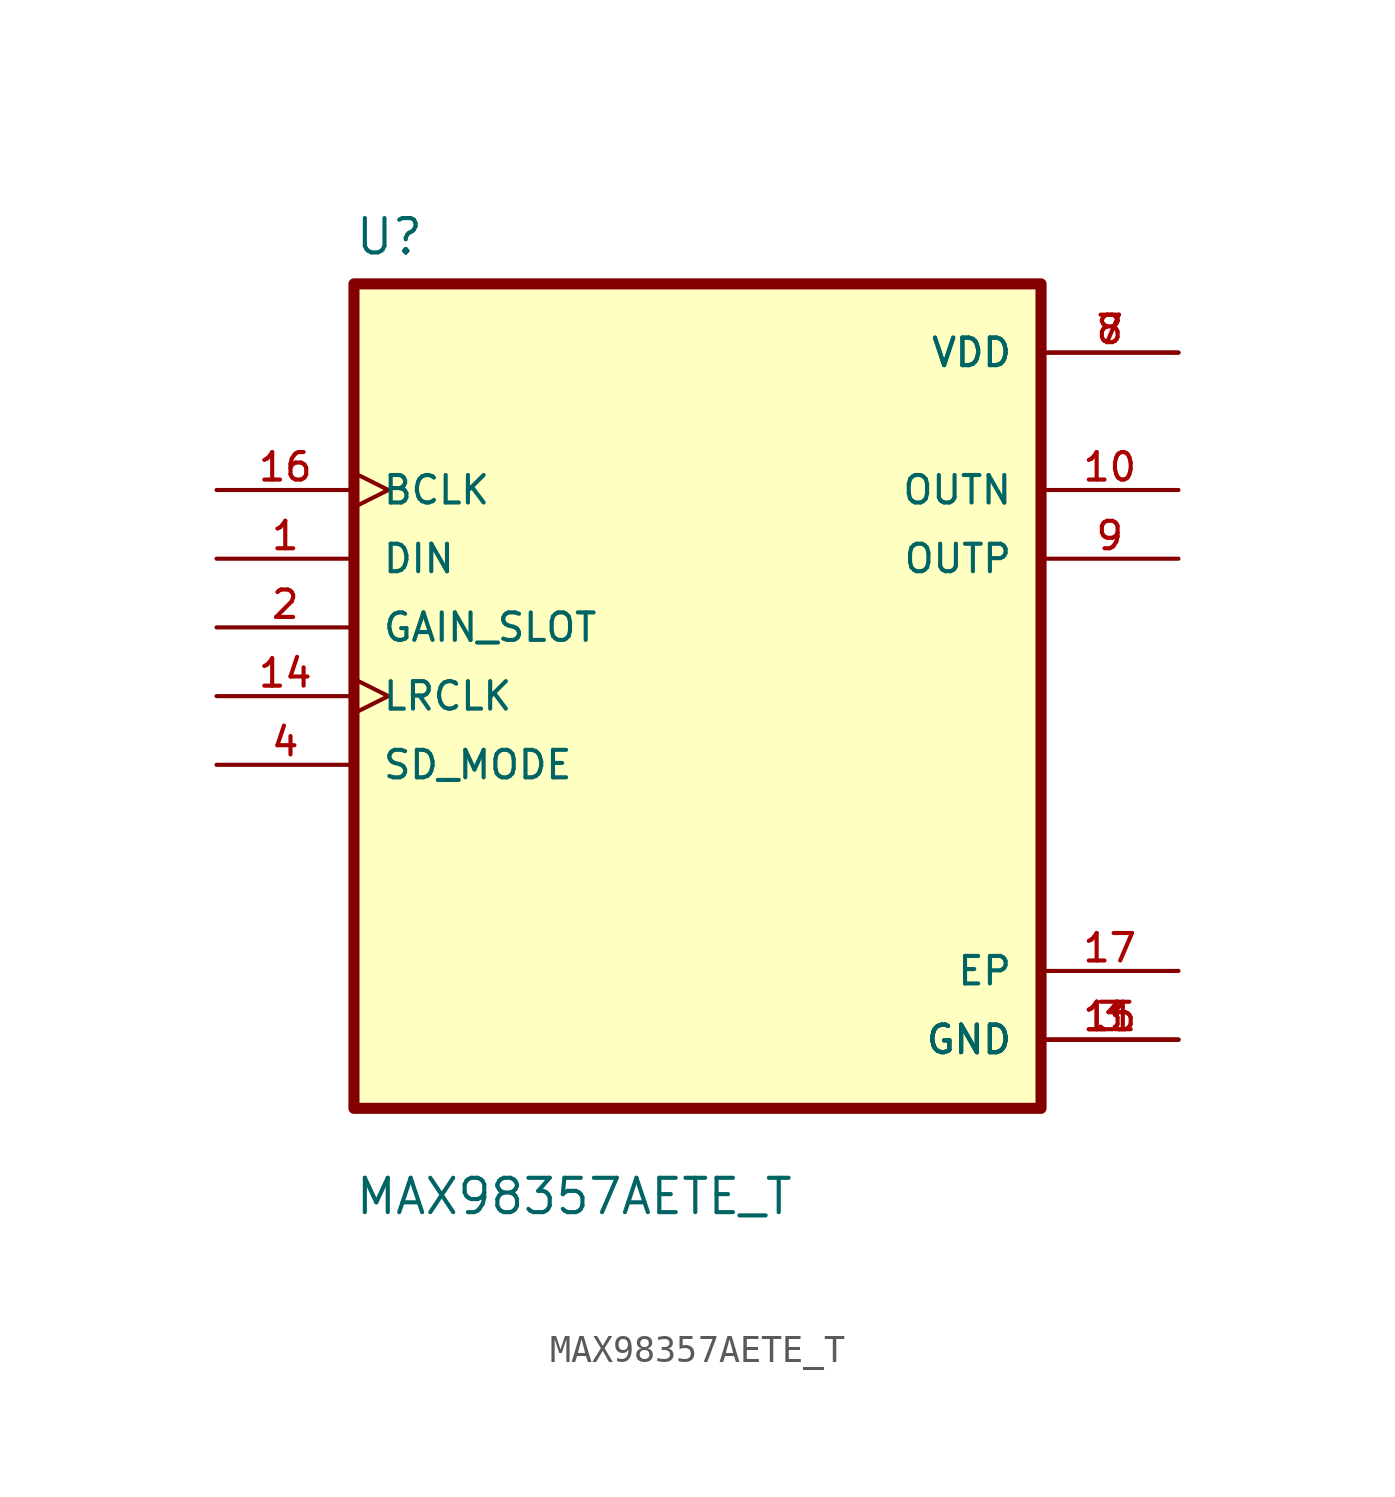
<source format=kicad_sym>
(kicad_symbol_lib
  (version 20211014)
  (generator kicad_symbol_editor)
  (symbol "MAX98357AETE_T"
    (pin_names
      (offset 1.016))
    (property "Reference" "U"
      (at -12.7 16.24 0.0)
      (effects (font (size 1.27 1.27)) (justify bottom left)))
    (property "Value" "MAX98357AETE_T"
      (at -12.7 -19.24 0.0)
      (effects (font (size 1.27 1.27)) (justify bottom left)))
    (symbol "MAX98357AETE_T_0_0"
      (rectangle (start -12.7 -15.24) (end 12.7 15.24) (stroke (width 0.41)) (fill (type background)))
      (pin input clock (at -17.78 7.62 0) (length 5.08) (name "BCLK" (effects (font (size 1.016 1.016)))) (number "16" (effects (font (size 1.016 1.016)))))
      (pin input line (at -17.78 5.08 0) (length 5.08) (name "DIN" (effects (font (size 1.016 1.016)))) (number "1" (effects (font (size 1.016 1.016)))))
      (pin input line (at -17.78 2.54 0) (length 5.08) (name "GAIN_SLOT" (effects (font (size 1.016 1.016)))) (number "2" (effects (font (size 1.016 1.016)))))
      (pin input clock (at -17.78 0.0 0) (length 5.08) (name "LRCLK" (effects (font (size 1.016 1.016)))) (number "14" (effects (font (size 1.016 1.016)))))
      (pin input line (at -17.78 -2.54 0) (length 5.08) (name "SD_MODE" (effects (font (size 1.016 1.016)))) (number "4" (effects (font (size 1.016 1.016)))))
      (pin power_in line (at 17.78 12.7 180.0) (length 5.08) (name "VDD" (effects (font (size 1.016 1.016)))) (number "7" (effects (font (size 1.016 1.016)))))
      (pin power_in line (at 17.78 12.7 180.0) (length 5.08) (name "VDD" (effects (font (size 1.016 1.016)))) (number "8" (effects (font (size 1.016 1.016)))))
      (pin output line (at 17.78 7.62 180.0) (length 5.08) (name "OUTN" (effects (font (size 1.016 1.016)))) (number "10" (effects (font (size 1.016 1.016)))))
      (pin output line (at 17.78 5.08 180.0) (length 5.08) (name "OUTP" (effects (font (size 1.016 1.016)))) (number "9" (effects (font (size 1.016 1.016)))))
      (pin power_in line (at 17.78 -10.16 180.0) (length 5.08) (name "EP" (effects (font (size 1.016 1.016)))) (number "17" (effects (font (size 1.016 1.016)))))
      (pin power_in line (at 17.78 -12.7 180.0) (length 5.08) (name "GND" (effects (font (size 1.016 1.016)))) (number "3" (effects (font (size 1.016 1.016)))))
      (pin power_in line (at 17.78 -12.7 180.0) (length 5.08) (name "GND" (effects (font (size 1.016 1.016)))) (number "11" (effects (font (size 1.016 1.016)))))
      (pin power_in line (at 17.78 -12.7 180.0) (length 5.08) (name "GND" (effects (font (size 1.016 1.016)))) (number "15" (effects (font (size 1.016 1.016))))))))
</source>
